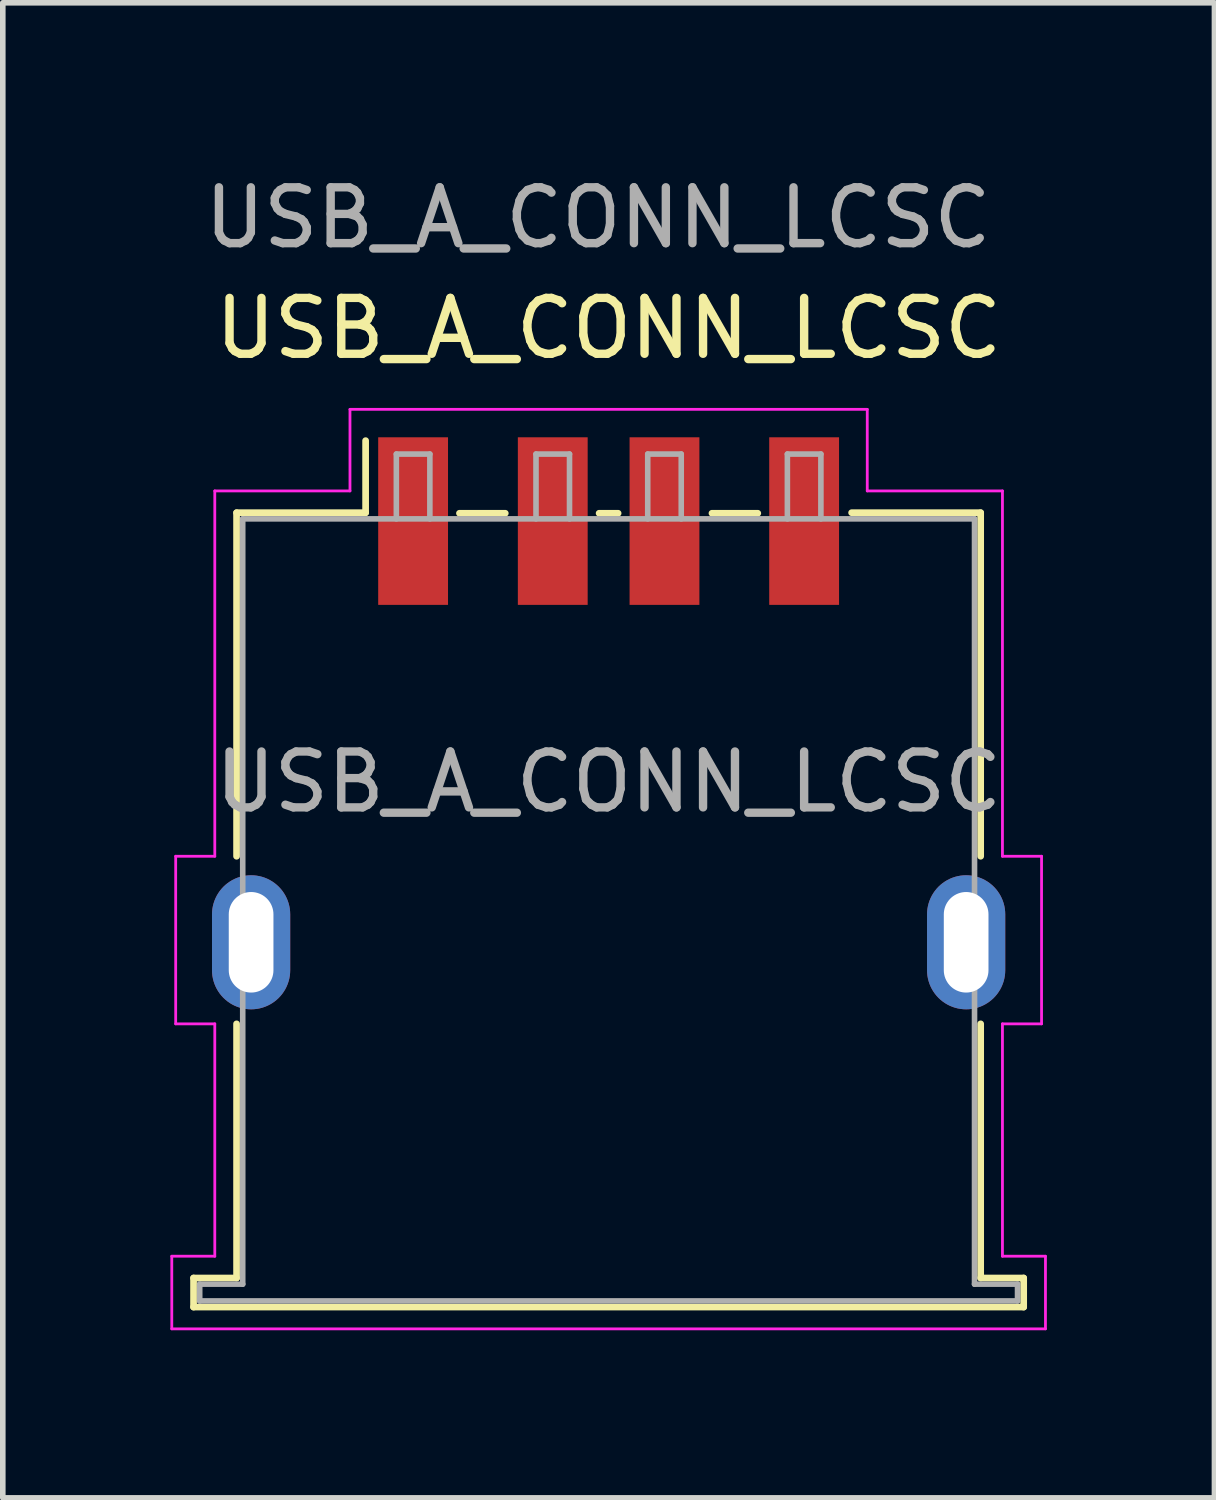
<source format=kicad_pcb>
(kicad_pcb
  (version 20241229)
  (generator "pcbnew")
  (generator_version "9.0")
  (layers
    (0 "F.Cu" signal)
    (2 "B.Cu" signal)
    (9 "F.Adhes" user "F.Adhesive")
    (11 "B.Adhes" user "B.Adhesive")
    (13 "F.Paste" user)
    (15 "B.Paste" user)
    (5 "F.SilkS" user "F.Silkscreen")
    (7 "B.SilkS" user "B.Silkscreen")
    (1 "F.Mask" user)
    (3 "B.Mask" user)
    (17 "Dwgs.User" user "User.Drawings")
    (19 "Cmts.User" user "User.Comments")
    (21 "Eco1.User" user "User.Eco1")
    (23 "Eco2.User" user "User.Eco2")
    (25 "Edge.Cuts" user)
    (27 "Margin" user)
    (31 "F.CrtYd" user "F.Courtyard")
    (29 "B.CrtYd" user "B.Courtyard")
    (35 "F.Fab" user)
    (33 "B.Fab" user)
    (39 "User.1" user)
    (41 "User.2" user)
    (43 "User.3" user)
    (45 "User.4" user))
  (footprint "USB_A_CONN_LCSC"
    (layer "F.Cu")
    (at 7.845 4.278)
    (property "Reference" "USB_A_CONN_LCSC" (at 0 -1.45 0) (unlocked yes) (layer "F.SilkS") (effects (font (size 1 1) (thickness 0.15))))
    (attr smd)
    (fp_line (start -7.43 15.55) (end -7.43 16.07) (stroke (width 0.12) (type solid)) (layer "F.SilkS"))
    (fp_line (start -7.43 16.07) (end 7.43 16.07) (stroke (width 0.12) (type solid)) (layer "F.SilkS"))
    (fp_line (start -6.66 1.85) (end -6.66 8) (stroke (width 0.12) (type solid)) (layer "F.SilkS"))
    (fp_line (start -6.66 1.85) (end -4.35 1.85) (stroke (width 0.12) (type solid)) (layer "F.SilkS"))
    (fp_line (start -6.66 15.55) (end -7.43 15.55) (stroke (width 0.12) (type solid)) (layer "F.SilkS"))
    (fp_line (start -6.66 15.55) (end -6.66 11) (stroke (width 0.12) (type solid)) (layer "F.SilkS"))
    (fp_line (start -4.35 0.56) (end -4.35 1.85) (stroke (width 0.12) (type solid)) (layer "F.SilkS"))
    (fp_line (start -2.67 1.86) (end -1.85 1.86) (stroke (width 0.12) (type solid)) (layer "F.SilkS"))
    (fp_line (start -0.17 1.86) (end 0.17 1.86) (stroke (width 0.12) (type solid)) (layer "F.SilkS"))
    (fp_line (start 1.85 1.86) (end 2.67 1.86) (stroke (width 0.12) (type solid)) (layer "F.SilkS"))
    (fp_line (start 4.35 1.85) (end 6.66 1.85) (stroke (width 0.12) (type solid)) (layer "F.SilkS"))
    (fp_line (start 6.66 1.85) (end 6.66 8) (stroke (width 0.12) (type solid)) (layer "F.SilkS"))
    (fp_line (start 6.66 11) (end 6.66 15.55) (stroke (width 0.12) (type solid)) (layer "F.SilkS"))
    (fp_line (start 7.43 15.55) (end 6.66 15.55) (stroke (width 0.12) (type solid)) (layer "F.SilkS"))
    (fp_line (start 7.43 16.07) (end 7.43 15.55) (stroke (width 0.12) (type solid)) (layer "F.SilkS"))
    (fp_line (start -7.82 15.16) (end -7.05 15.16) (stroke (width 0.05) (type solid)) (layer "F.CrtYd"))
    (fp_line (start -7.82 16.46) (end -7.82 15.16) (stroke (width 0.05) (type solid)) (layer "F.CrtYd"))
    (fp_line (start -7.82 16.46) (end 7.82 16.46) (stroke (width 0.05) (type solid)) (layer "F.CrtYd"))
    (fp_line (start -7.75 8) (end -7.75 11) (stroke (width 0.05) (type solid)) (layer "F.CrtYd"))
    (fp_line (start -7.75 8) (end -7.05 8) (stroke (width 0.05) (type solid)) (layer "F.CrtYd"))
    (fp_line (start -7.75 11) (end -7.05 11) (stroke (width 0.05) (type solid)) (layer "F.CrtYd"))
    (fp_line (start -7.05 1.46) (end -7.05 8) (stroke (width 0.05) (type solid)) (layer "F.CrtYd"))
    (fp_line (start -7.05 1.46) (end -4.63 1.46) (stroke (width 0.05) (type solid)) (layer "F.CrtYd"))
    (fp_line (start -7.05 15.16) (end -7.05 11) (stroke (width 0.05) (type solid)) (layer "F.CrtYd"))
    (fp_line (start -4.63 0) (end -4.63 1.46) (stroke (width 0.05) (type solid)) (layer "F.CrtYd"))
    (fp_line (start -4.63 0) (end 4.63 0) (stroke (width 0.05) (type solid)) (layer "F.CrtYd"))
    (fp_line (start 4.63 0) (end 4.63 1.46) (stroke (width 0.05) (type solid)) (layer "F.CrtYd"))
    (fp_line (start 4.63 1.46) (end 7.05 1.46) (stroke (width 0.05) (type solid)) (layer "F.CrtYd"))
    (fp_line (start 7.05 1.46) (end 7.05 8) (stroke (width 0.05) (type solid)) (layer "F.CrtYd"))
    (fp_line (start 7.05 8) (end 7.75 8) (stroke (width 0.05) (type solid)) (layer "F.CrtYd"))
    (fp_line (start 7.05 11) (end 7.75 11) (stroke (width 0.05) (type solid)) (layer "F.CrtYd"))
    (fp_line (start 7.05 15.16) (end 7.05 11) (stroke (width 0.05) (type solid)) (layer "F.CrtYd"))
    (fp_line (start 7.75 8) (end 7.75 11) (stroke (width 0.05) (type solid)) (layer "F.CrtYd"))
    (fp_line (start 7.82 15.16) (end 7.05 15.16) (stroke (width 0.05) (type solid)) (layer "F.CrtYd"))
    (fp_line (start 7.82 16.46) (end 7.82 15.16) (stroke (width 0.05) (type solid)) (layer "F.CrtYd"))
    (fp_line (start -7.32 15.66) (end -7.32 15.96) (stroke (width 0.1) (type solid)) (layer "F.Fab"))
    (fp_line (start -7.32 15.96) (end 7.32 15.96) (stroke (width 0.1) (type solid)) (layer "F.Fab"))
    (fp_line (start -6.55 1.96) (end 6.55 1.96) (stroke (width 0.1) (type solid)) (layer "F.Fab"))
    (fp_line (start -6.55 15.66) (end -7.32 15.66) (stroke (width 0.1) (type solid)) (layer "F.Fab"))
    (fp_line (start -6.55 15.66) (end -6.55 1.96) (stroke (width 0.1) (type solid)) (layer "F.Fab"))
    (fp_line (start -3.8 0.8) (end -3.8 1.96) (stroke (width 0.1) (type solid)) (layer "F.Fab"))
    (fp_line (start -3.8 0.8) (end -3.2 0.8) (stroke (width 0.1) (type solid)) (layer "F.Fab"))
    (fp_line (start -3.2 0.8) (end -3.2 1.96) (stroke (width 0.1) (type solid)) (layer "F.Fab"))
    (fp_line (start -1.3 0.8) (end -1.3 1.96) (stroke (width 0.1) (type solid)) (layer "F.Fab"))
    (fp_line (start -1.3 0.8) (end -0.7 0.8) (stroke (width 0.1) (type solid)) (layer "F.Fab"))
    (fp_line (start -0.7 0.8) (end -0.7 1.96) (stroke (width 0.1) (type solid)) (layer "F.Fab"))
    (fp_line (start 0.7 0.8) (end 0.7 1.96) (stroke (width 0.1) (type solid)) (layer "F.Fab"))
    (fp_line (start 0.7 0.8) (end 1.3 0.8) (stroke (width 0.1) (type solid)) (layer "F.Fab"))
    (fp_line (start 1.3 0.8) (end 1.3 1.96) (stroke (width 0.1) (type solid)) (layer "F.Fab"))
    (fp_line (start 3.2 0.8) (end 3.2 1.96) (stroke (width 0.1) (type solid)) (layer "F.Fab"))
    (fp_line (start 3.2 0.8) (end 3.8 0.8) (stroke (width 0.1) (type solid)) (layer "F.Fab"))
    (fp_line (start 3.8 0.8) (end 3.8 1.96) (stroke (width 0.1) (type solid)) (layer "F.Fab"))
    (fp_line (start 6.55 1.96) (end 6.55 15.66) (stroke (width 0.1) (type solid)) (layer "F.Fab"))
    (fp_line (start 7.32 15.66) (end 6.55 15.66) (stroke (width 0.1) (type solid)) (layer "F.Fab"))
    (fp_line (start 7.32 15.96) (end 7.32 15.66) (stroke (width 0.1) (type solid)) (layer "F.Fab"))
    (fp_text user "${REFERENCE}" (at -0.19 -3.43 0) (unlocked yes) (layer "F.Fab") (effects (font (size 1 1) (thickness 0.15))))
    (fp_text user "${REFERENCE}" (at 0 6.67 0) (layer "F.Fab") (effects (font (size 1 1) (thickness 0.15))))
    (pad "1" smd rect (at -3.5 2) (size 1.25 3) (layers "F.Cu" "F.Mask" "F.Paste"))
    (pad "2" smd rect (at -1 2) (size 1.25 3) (layers "F.Cu" "F.Mask" "F.Paste"))
    (pad "3" smd rect (at 1 2) (size 1.25 3) (layers "F.Cu" "F.Mask" "F.Paste"))
    (pad "4" smd rect (at 3.5 2) (size 1.25 3) (layers "F.Cu" "F.Mask" "F.Paste"))
    (pad "5" thru_hole oval (at -6.4 9.54) (size 1.4 2.4) (drill oval 0.8 1.8) (layers "*.Cu" "*.Mask"))
    (pad "5" thru_hole oval (at 6.4 9.54) (size 1.4 2.4) (drill oval 0.8 1.8) (layers "*.Cu" "*.Mask")))
  (gr_rect
    (start -3 -3)
    (end 18.69 23.763)
    (stroke (width 0.1) (type default))
    (fill no)
    (layer "Edge.Cuts")))
</source>
